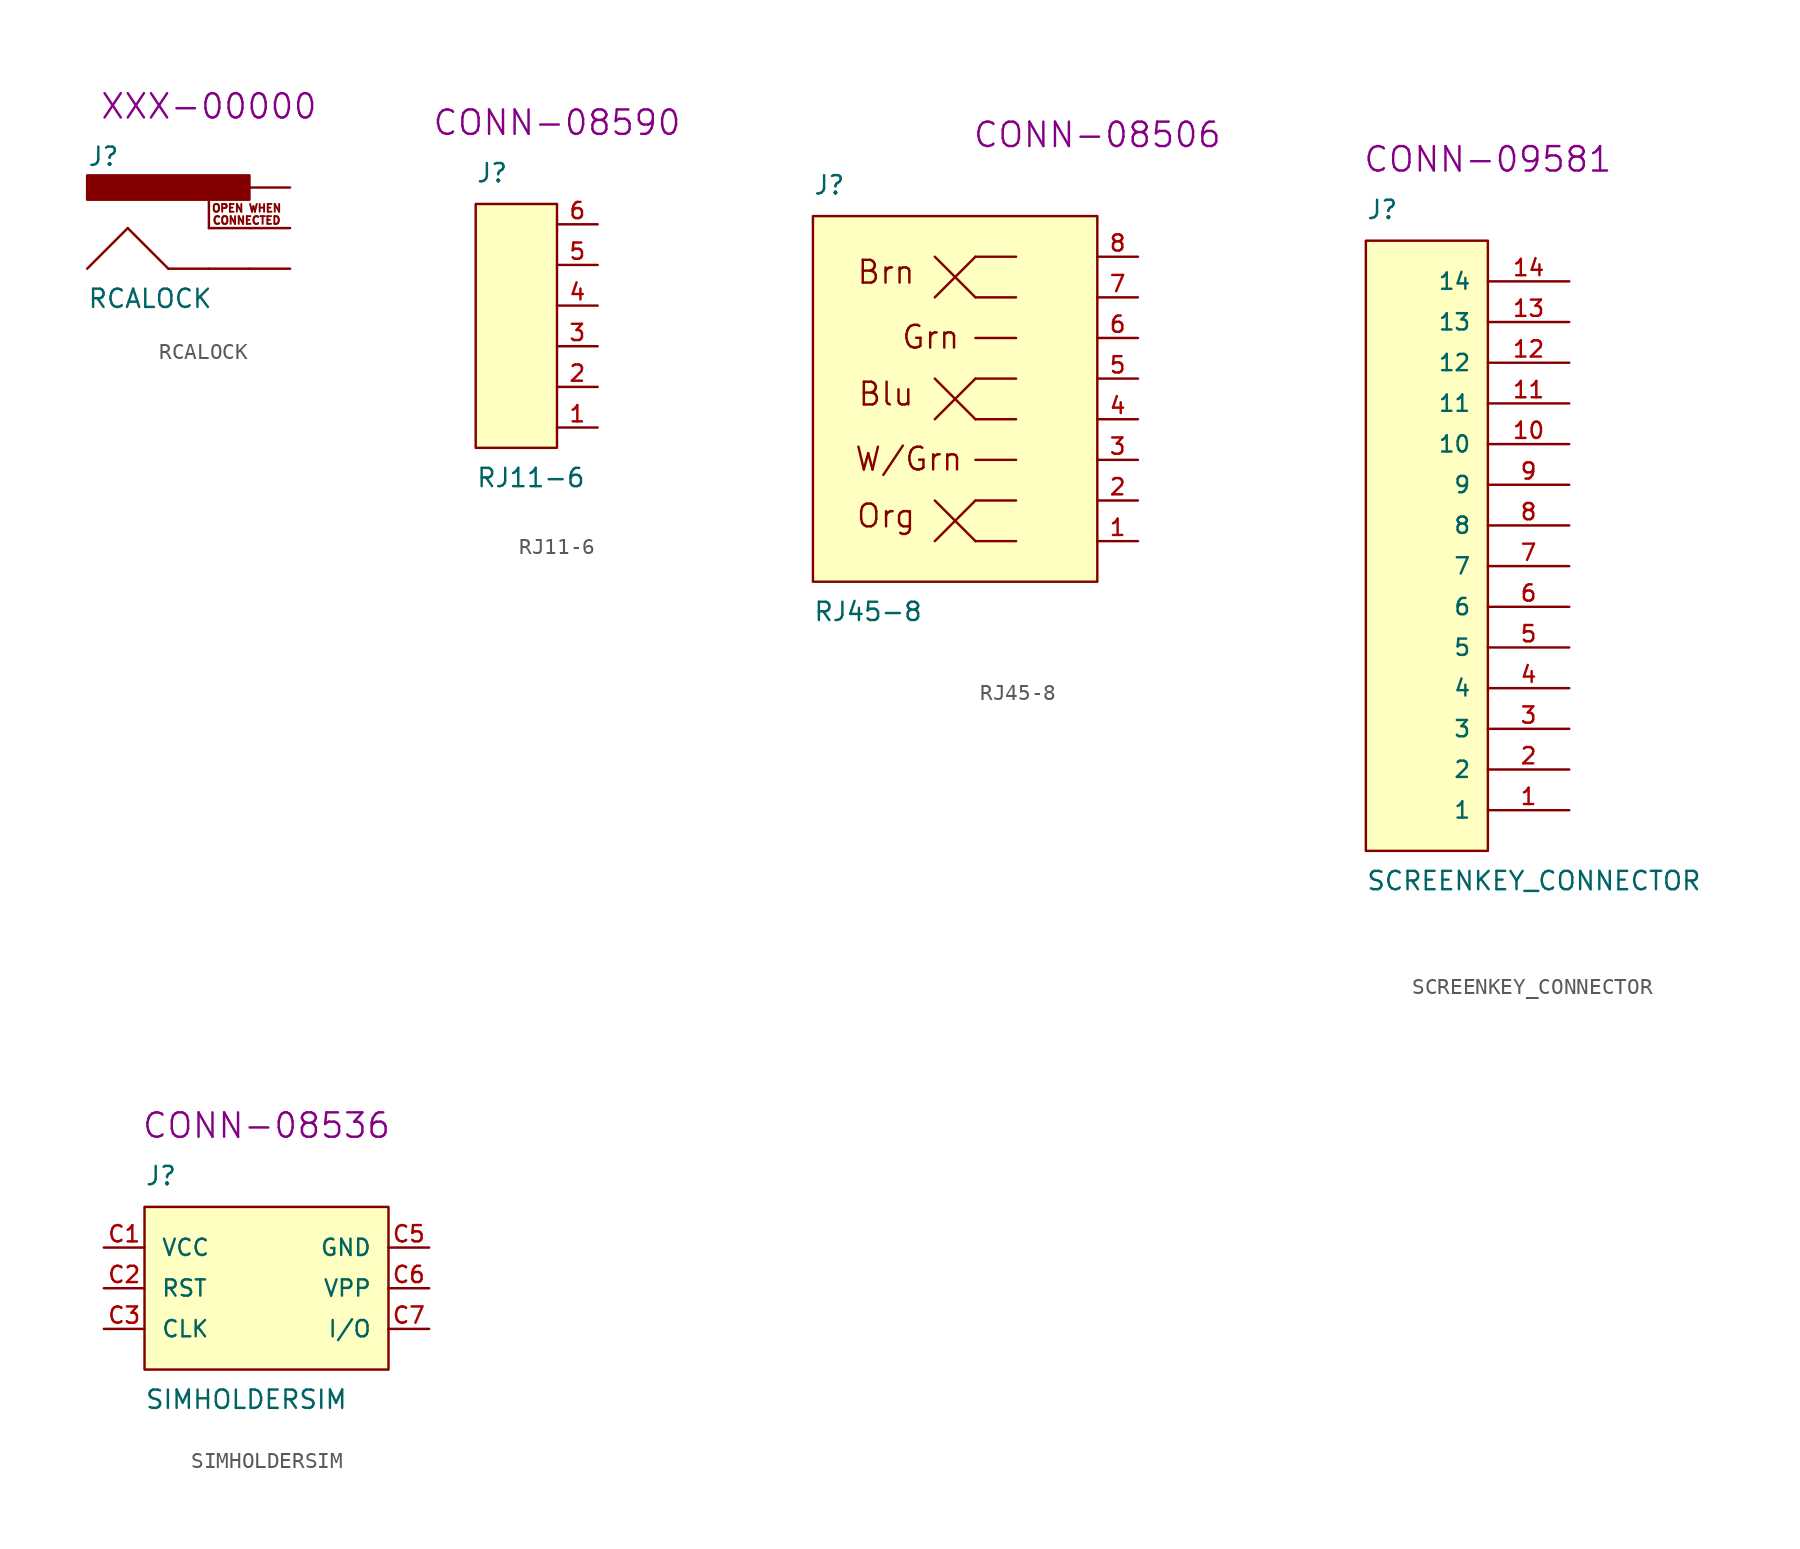
<source format=kicad_sym>
(kicad_symbol_lib
  (version 20220914)
  (generator kicad_symbol_editor)
  (symbol "RCALOCK"
    (pin_numbers hide)
    (pin_names
      (offset 1.016) hide)
    (property "Reference" "J"
      (at -7.62 3.81 0)
      (effects (font (size 1.143 1.143)) (justify left bottom)))
    (property "Value" "RCALOCK"
      (at -7.62 -5.08 0)
      (effects (font (size 1.143 1.143)) (justify left bottom)))
    (property "Field4" "XXX-00000"
      (at 0 7.62 0)
      (effects (font (size 1.524 1.524))))
    (property "ki_locked" ""
      (at 0 0 0)
      (effects (font (size 1.27 1.27))))
    (symbol "RCALOCK_1_0"
      (polyline (pts (xy -7.62 -2.54) (xy -5.08 0)) (stroke (width 0) (type solid)) (fill (type none)))
      (polyline (pts (xy -5.08 0) (xy -2.54 -2.54)) (stroke (width 0) (type solid)) (fill (type none)))
      (polyline (pts (xy -2.54 -2.54) (xy 0 -2.54)) (stroke (width 0) (type solid)) (fill (type none)))
      (polyline (pts (xy 0 -2.54) (xy 2.54 -2.54)) (stroke (width 0) (type solid)) (fill (type none)))
      (polyline (pts (xy 0 0) (xy 0 2.54)) (stroke (width 0) (type solid)) (fill (type none)))
      (polyline (pts (xy 0 0) (xy 2.54 0)) (stroke (width 0) (type solid)) (fill (type none)))
      (text "CONNECTED" (at 2.362 0.483 0) (effects (font (size 0.483 0.483))))
      (text "OPEN WHEN" (at 2.362 1.245 0) (effects (font (size 0.483 0.483)))))
    (symbol "RCALOCK_1_1"
      (rectangle (start -7.62 1.778) (end 2.54 3.302) (stroke (width 0) (type solid)) (fill (type outline)))
      (pin bidirectional line (at 5.08 2.54 180) (length 2.54) (name "PIN" (effects (font (size 1.016 1.016)))) (number "PIN" (effects (font (size 1.016 1.016)))))
      (pin bidirectional line (at 5.08 -2.54 180) (length 2.54) (name "SHELL" (effects (font (size 1.016 1.016)))) (number "SHEL" (effects (font (size 1.016 1.016)))))
      (pin bidirectional line (at 5.08 0 180) (length 2.54) (name "SWITCH" (effects (font (size 1.016 1.016)))) (number "SWIT" (effects (font (size 1.016 1.016)))))))
  (symbol "RJ11-6"
    (pin_names
      (offset 1.016) hide)
    (property "Reference" "J"
      (at -5.08 15.24 0)
      (effects (font (size 1.143 1.143)) (justify left bottom)))
    (property "Value" "RJ11-6"
      (at -5.08 -3.81 0)
      (effects (font (size 1.143 1.143)) (justify left bottom)))
    (property "Field4" "CONN-08590"
      (at 0 19.05 0)
      (effects (font (size 1.524 1.524))))
    (symbol "RJ11-6_1_1"
      (rectangle (start 0 -1.27) (end -5.08 13.97) (stroke (width 0) (type solid)) (fill (type background)))
      (pin passive line (at 2.54 0 180) (length 2.54) (name "1" (effects (font (size 1.016 1.016)))) (number "1" (effects (font (size 1.016 1.016)))))
      (pin passive line (at 2.54 2.54 180) (length 2.54) (name "2" (effects (font (size 1.016 1.016)))) (number "2" (effects (font (size 1.016 1.016)))))
      (pin passive line (at 2.54 5.08 180) (length 2.54) (name "3" (effects (font (size 1.016 1.016)))) (number "3" (effects (font (size 1.016 1.016)))))
      (pin passive line (at 2.54 7.62 180) (length 2.54) (name "4" (effects (font (size 1.016 1.016)))) (number "4" (effects (font (size 1.016 1.016)))))
      (pin passive line (at 2.54 10.16 180) (length 2.54) (name "5" (effects (font (size 1.016 1.016)))) (number "5" (effects (font (size 1.016 1.016)))))
      (pin passive line (at 2.54 12.7 180) (length 2.54) (name "6" (effects (font (size 1.016 1.016)))) (number "6" (effects (font (size 1.016 1.016)))))))
  (symbol "RJ45-8"
    (pin_names
      (offset 1.016) hide)
    (property "Reference" "J"
      (at -17.78 21.59 0)
      (effects (font (size 1.143 1.143)) (justify left bottom)))
    (property "Value" "RJ45-8"
      (at -17.78 -5.08 0)
      (effects (font (size 1.143 1.143)) (justify left bottom)))
    (property "Field4" "CONN-08506"
      (at 0 25.4 0)
      (effects (font (size 1.524 1.524))))
    (symbol "RJ45-8_1_0"
      (polyline (pts (xy -7.62 0) (xy -10.16 2.54)) (stroke (width 0) (type solid)) (fill (type none)))
      (polyline (pts (xy -7.62 2.54) (xy -10.16 0)) (stroke (width 0) (type solid)) (fill (type none)))
      (polyline (pts (xy -7.62 7.62) (xy -10.16 10.16)) (stroke (width 0) (type solid)) (fill (type none)))
      (polyline (pts (xy -7.62 10.16) (xy -10.16 7.62)) (stroke (width 0) (type solid)) (fill (type none)))
      (polyline (pts (xy -7.62 15.24) (xy -10.16 17.78)) (stroke (width 0) (type solid)) (fill (type none)))
      (polyline (pts (xy -7.62 17.78) (xy -10.16 15.24)) (stroke (width 0) (type solid)) (fill (type none)))
      (polyline (pts (xy -5.08 0) (xy -7.62 0)) (stroke (width 0) (type solid)) (fill (type none)))
      (polyline (pts (xy -5.08 2.54) (xy -7.62 2.54)) (stroke (width 0) (type solid)) (fill (type none)))
      (polyline (pts (xy -5.08 5.08) (xy -7.62 5.08)) (stroke (width 0) (type solid)) (fill (type none)))
      (polyline (pts (xy -5.08 7.62) (xy -7.62 7.62)) (stroke (width 0) (type solid)) (fill (type none)))
      (polyline (pts (xy -5.08 10.16) (xy -7.62 10.16)) (stroke (width 0) (type solid)) (fill (type none)))
      (polyline (pts (xy -5.08 12.7) (xy -7.62 12.7)) (stroke (width 0) (type solid)) (fill (type none)))
      (polyline (pts (xy -5.08 15.24) (xy -7.62 15.24)) (stroke (width 0) (type solid)) (fill (type none)))
      (polyline (pts (xy -5.08 17.78) (xy -7.62 17.78)) (stroke (width 0) (type solid)) (fill (type none)))
      (text "Blu" (at -13.208 9.195 0) (effects (font (size 1.422 1.422))))
      (text "Brn" (at -13.208 16.815 0) (effects (font (size 1.422 1.422))))
      (text "Grn" (at -10.414 12.751 0) (effects (font (size 1.422 1.422))))
      (text "Org" (at -13.208 1.575 0) (effects (font (size 1.422 1.422))))
      (text "W/Grn" (at -11.786 5.131 0) (effects (font (size 1.422 1.422)))))
    (symbol "RJ45-8_1_1"
      (polyline (pts (xy 0 20.32) (xy -17.78 20.32) (xy -17.78 -2.54) (xy 0 -2.54) (xy 0 20.32)) (stroke (width 0) (type solid)) (fill (type background)))
      (pin bidirectional line (at 2.54 0 180) (length 2.54) (name "1" (effects (font (size 1.016 1.016)))) (number "1" (effects (font (size 1.016 1.016)))))
      (pin bidirectional line (at 2.54 2.54 180) (length 2.54) (name "2" (effects (font (size 1.016 1.016)))) (number "2" (effects (font (size 1.016 1.016)))))
      (pin bidirectional line (at 2.54 5.08 180) (length 2.54) (name "3" (effects (font (size 1.016 1.016)))) (number "3" (effects (font (size 1.016 1.016)))))
      (pin bidirectional line (at 2.54 7.62 180) (length 2.54) (name "4" (effects (font (size 1.016 1.016)))) (number "4" (effects (font (size 1.016 1.016)))))
      (pin bidirectional line (at 2.54 10.16 180) (length 2.54) (name "5" (effects (font (size 1.016 1.016)))) (number "5" (effects (font (size 1.016 1.016)))))
      (pin bidirectional line (at 2.54 12.7 180) (length 2.54) (name "6" (effects (font (size 1.016 1.016)))) (number "6" (effects (font (size 1.016 1.016)))))
      (pin bidirectional line (at 2.54 15.24 180) (length 2.54) (name "7" (effects (font (size 1.016 1.016)))) (number "7" (effects (font (size 1.016 1.016)))))
      (pin bidirectional line (at 2.54 17.78 180) (length 2.54) (name "8" (effects (font (size 1.016 1.016)))) (number "8" (effects (font (size 1.016 1.016)))))))
  (symbol "SCREENKEY_CONNECTOR"
    (pin_names
      (offset 1.016))
    (property "Reference" "J"
      (at -7.62 36.83 0)
      (effects (font (size 1.143 1.143)) (justify left bottom)))
    (property "Value" "SCREENKEY_CONNECTOR"
      (at -7.62 -5.08 0)
      (effects (font (size 1.143 1.143)) (justify left bottom)))
    (property "Field4" "CONN-09581"
      (at 0 40.64 0)
      (effects (font (size 1.524 1.524))))
    (property "ki_locked" ""
      (at 0 0 0)
      (effects (font (size 1.27 1.27))))
    (symbol "SCREENKEY_CONNECTOR_1_1"
      (polyline (pts (xy -7.62 -2.54) (xy 0 -2.54) (xy 0 35.56) (xy -7.62 35.56) (xy -7.62 -2.54)) (stroke (width 0) (type solid)) (fill (type background)))
      (pin bidirectional line (at 5.08 0 180) (length 5.08) (name "1" (effects (font (size 1.016 1.016)))) (number "1" (effects (font (size 1.016 1.016)))))
      (pin bidirectional line (at 5.08 22.86 180) (length 5.08) (name "10" (effects (font (size 1.016 1.016)))) (number "10" (effects (font (size 1.016 1.016)))))
      (pin bidirectional line (at 5.08 25.4 180) (length 5.08) (name "11" (effects (font (size 1.016 1.016)))) (number "11" (effects (font (size 1.016 1.016)))))
      (pin bidirectional line (at 5.08 27.94 180) (length 5.08) (name "12" (effects (font (size 1.016 1.016)))) (number "12" (effects (font (size 1.016 1.016)))))
      (pin bidirectional line (at 5.08 30.48 180) (length 5.08) (name "13" (effects (font (size 1.016 1.016)))) (number "13" (effects (font (size 1.016 1.016)))))
      (pin bidirectional line (at 5.08 33.02 180) (length 5.08) (name "14" (effects (font (size 1.016 1.016)))) (number "14" (effects (font (size 1.016 1.016)))))
      (pin bidirectional line (at 5.08 2.54 180) (length 5.08) (name "2" (effects (font (size 1.016 1.016)))) (number "2" (effects (font (size 1.016 1.016)))))
      (pin bidirectional line (at 5.08 5.08 180) (length 5.08) (name "3" (effects (font (size 1.016 1.016)))) (number "3" (effects (font (size 1.016 1.016)))))
      (pin bidirectional line (at 5.08 7.62 180) (length 5.08) (name "4" (effects (font (size 1.016 1.016)))) (number "4" (effects (font (size 1.016 1.016)))))
      (pin bidirectional line (at 5.08 10.16 180) (length 5.08) (name "5" (effects (font (size 1.016 1.016)))) (number "5" (effects (font (size 1.016 1.016)))))
      (pin bidirectional line (at 5.08 12.7 180) (length 5.08) (name "6" (effects (font (size 1.016 1.016)))) (number "6" (effects (font (size 1.016 1.016)))))
      (pin bidirectional line (at 5.08 15.24 180) (length 5.08) (name "7" (effects (font (size 1.016 1.016)))) (number "7" (effects (font (size 1.016 1.016)))))
      (pin bidirectional line (at 5.08 17.78 180) (length 5.08) (name "8" (effects (font (size 1.016 1.016)))) (number "8" (effects (font (size 1.016 1.016)))))
      (pin bidirectional line (at 5.08 20.32 180) (length 5.08) (name "9" (effects (font (size 1.016 1.016)))) (number "9" (effects (font (size 1.016 1.016)))))))
  (symbol "SIMHOLDERSIM"
    (pin_names
      (offset 1.016))
    (property "Reference" "J"
      (at -7.62 6.35 0)
      (effects (font (size 1.143 1.143)) (justify left bottom)))
    (property "Value" "SIMHOLDERSIM"
      (at -7.62 -7.62 0)
      (effects (font (size 1.143 1.143)) (justify left bottom)))
    (property "Field4" "CONN-08536"
      (at 0 10.16 0)
      (effects (font (size 1.524 1.524))))
    (property "ki_locked" ""
      (at 0 0 0)
      (effects (font (size 1.27 1.27))))
    (symbol "SIMHOLDERSIM_1_1"
      (polyline (pts (xy -7.62 -5.08) (xy 7.62 -5.08) (xy 7.62 5.08) (xy -7.62 5.08) (xy -7.62 -5.08)) (stroke (width 0) (type solid)) (fill (type background)))
      (pin power_in line (at -10.16 2.54 0) (length 2.54) (name "VCC" (effects (font (size 1.016 1.016)))) (number "C1" (effects (font (size 1.016 1.016)))))
      (pin input line (at -10.16 0 0) (length 2.54) (name "RST" (effects (font (size 1.016 1.016)))) (number "C2" (effects (font (size 1.016 1.016)))))
      (pin input line (at -10.16 -2.54 0) (length 2.54) (name "CLK" (effects (font (size 1.016 1.016)))) (number "C3" (effects (font (size 1.016 1.016)))))
      (pin power_in line (at 10.16 2.54 180) (length 2.54) (name "GND" (effects (font (size 1.016 1.016)))) (number "C5" (effects (font (size 1.016 1.016)))))
      (pin input line (at 10.16 0 180) (length 2.54) (name "VPP" (effects (font (size 1.016 1.016)))) (number "C6" (effects (font (size 1.016 1.016)))))
      (pin bidirectional line (at 10.16 -2.54 180) (length 2.54) (name "I/O" (effects (font (size 1.016 1.016)))) (number "C7" (effects (font (size 1.016 1.016))))))))
</source>
